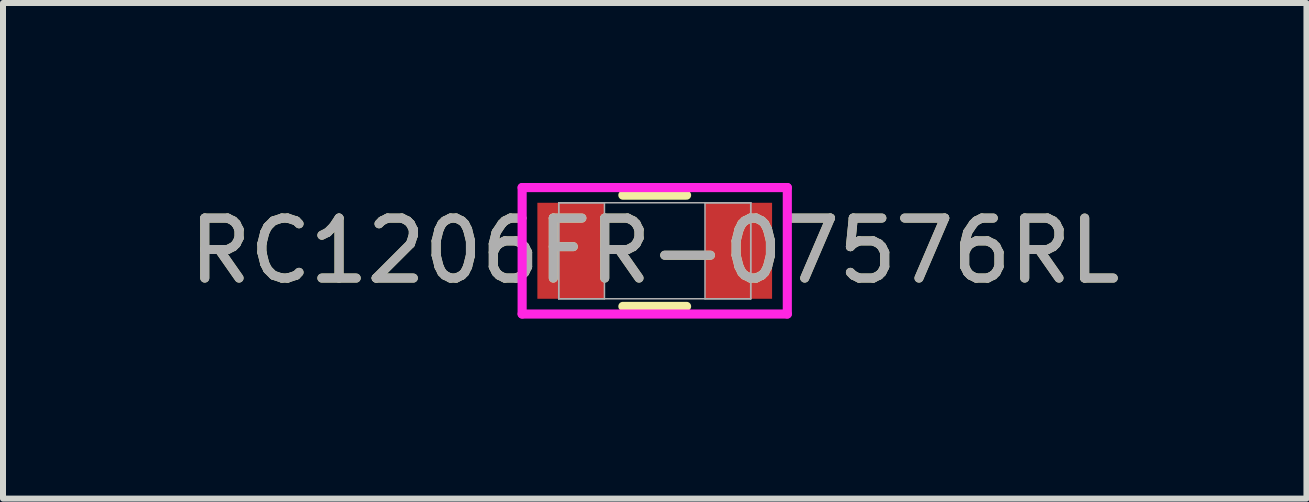
<source format=kicad_pcb>
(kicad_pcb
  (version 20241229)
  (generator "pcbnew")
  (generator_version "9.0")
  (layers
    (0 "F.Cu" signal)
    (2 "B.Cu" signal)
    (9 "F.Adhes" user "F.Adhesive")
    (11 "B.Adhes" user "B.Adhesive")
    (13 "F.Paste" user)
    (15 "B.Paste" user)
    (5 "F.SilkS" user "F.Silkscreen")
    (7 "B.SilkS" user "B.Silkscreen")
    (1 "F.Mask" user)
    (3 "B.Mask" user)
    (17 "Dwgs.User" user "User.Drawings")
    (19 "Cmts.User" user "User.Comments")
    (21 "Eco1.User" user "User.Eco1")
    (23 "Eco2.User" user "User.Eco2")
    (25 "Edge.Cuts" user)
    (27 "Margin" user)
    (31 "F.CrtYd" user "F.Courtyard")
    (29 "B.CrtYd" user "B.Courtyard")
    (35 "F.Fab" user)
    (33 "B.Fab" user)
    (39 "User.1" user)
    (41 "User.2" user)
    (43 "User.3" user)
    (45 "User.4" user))
  (footprint "RC1206FR-07576RL"
    (layer "F.Cu")
    (at 7.863 1.13)
    (property "Reference" "RC1206FR-07576RL" (at 0 0 0) (unlocked yes) (layer "F.SilkS") (effects (font (size 1 1) (thickness 0.15))))
    (attr smd)
    (fp_line (start -0.531 0.927) (end 0.531 0.927) (stroke (width 0.152) (type solid)) (layer "F.SilkS"))
    (fp_line (start 0.531 -0.927) (end -0.531 -0.927) (stroke (width 0.152) (type solid)) (layer "F.SilkS"))
    (fp_line (start -2.21 -1.054) (end 2.21 -1.054) (stroke (width 0.152) (type solid)) (layer "F.CrtYd"))
    (fp_line (start -2.21 1.054) (end -2.21 -1.054) (stroke (width 0.152) (type solid)) (layer "F.CrtYd"))
    (fp_line (start 2.21 -1.054) (end 2.21 1.054) (stroke (width 0.152) (type solid)) (layer "F.CrtYd"))
    (fp_line (start 2.21 1.054) (end -2.21 1.054) (stroke (width 0.152) (type solid)) (layer "F.CrtYd"))
    (fp_line (start -1.6 -0.8) (end -1.6 0.8) (stroke (width 0.025) (type solid)) (layer "F.Fab"))
    (fp_line (start -1.6 -0.8) (end -1.6 0.8) (stroke (width 0.025) (type solid)) (layer "F.Fab"))
    (fp_line (start -1.6 0.8) (end -0.838 0.8) (stroke (width 0.025) (type solid)) (layer "F.Fab"))
    (fp_line (start -1.6 0.8) (end 1.6 0.8) (stroke (width 0.025) (type solid)) (layer "F.Fab"))
    (fp_line (start -0.838 -0.8) (end -1.6 -0.8) (stroke (width 0.025) (type solid)) (layer "F.Fab"))
    (fp_line (start -0.838 0.8) (end -0.838 -0.8) (stroke (width 0.025) (type solid)) (layer "F.Fab"))
    (fp_line (start 0.838 -0.8) (end 0.838 0.8) (stroke (width 0.025) (type solid)) (layer "F.Fab"))
    (fp_line (start 0.838 0.8) (end 1.6 0.8) (stroke (width 0.025) (type solid)) (layer "F.Fab"))
    (fp_line (start 1.6 -0.8) (end -1.6 -0.8) (stroke (width 0.025) (type solid)) (layer "F.Fab"))
    (fp_line (start 1.6 -0.8) (end 0.838 -0.8) (stroke (width 0.025) (type solid)) (layer "F.Fab"))
    (fp_line (start 1.6 0.8) (end 1.6 -0.8) (stroke (width 0.025) (type solid)) (layer "F.Fab"))
    (fp_line (start 1.6 0.8) (end 1.6 -0.8) (stroke (width 0.025) (type solid)) (layer "F.Fab"))
    (fp_text user "${REFERENCE}" (at 0 0 0) (unlocked yes) (layer "F.Fab") (effects (font (size 1 1) (thickness 0.15))))
    (pad "1" smd rect (at -1.397 0) (size 1.118 1.6) (layers "F.Cu" "F.Mask" "F.Paste"))
    (pad "2" smd rect (at 1.397 0) (size 1.118 1.6) (layers "F.Cu" "F.Mask" "F.Paste"))
    (zone (net_name "") (layer "F.Cu") (hatch full 0.508) (connect_pads) (min_thickness 0.254) (filled_areas_thickness no) (keepout (tracks not_allowed) (vias not_allowed) (pads allowed) (copperpour not_allowed) (footprints allowed)) (placement (enabled no)) (fill) (polygon (pts (xy 7.076 0.381) (xy 8.65 0.381) (xy 8.65 1.88) (xy 7.076 1.88)))))
  (gr_rect
    (start -3 -3)
    (end 18.726 5.261)
    (stroke (width 0.1) (type default))
    (fill no)
    (layer "Edge.Cuts")))
</source>
